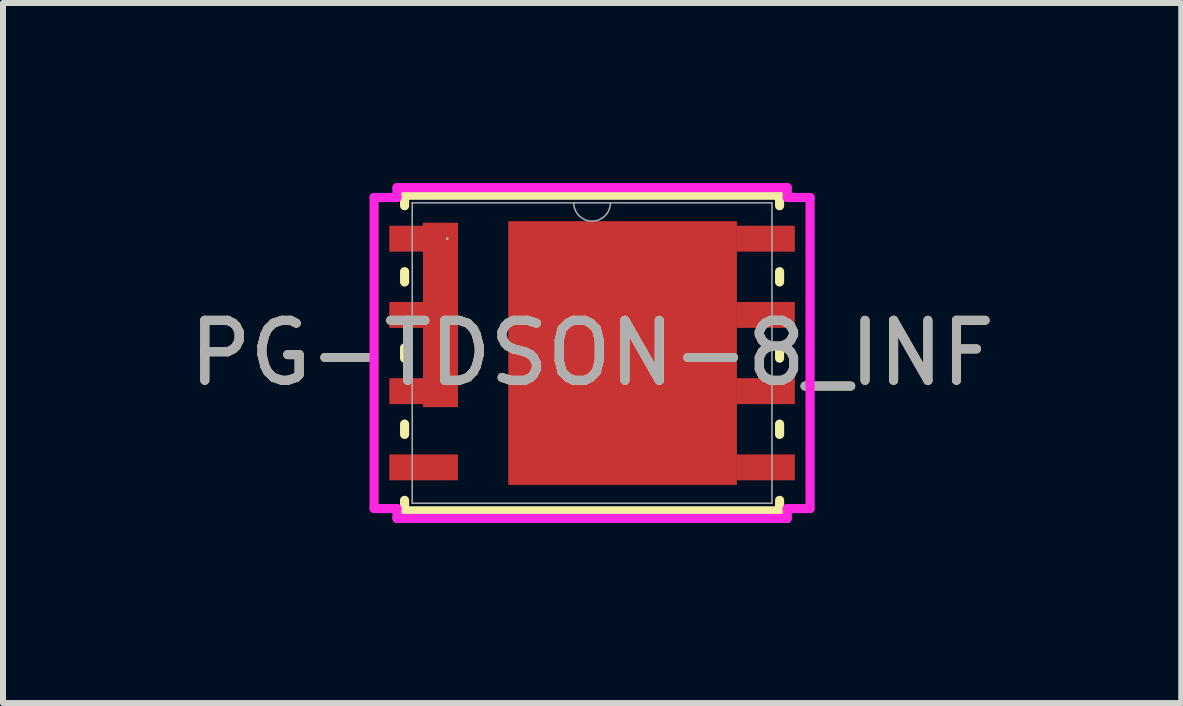
<source format=kicad_pcb>
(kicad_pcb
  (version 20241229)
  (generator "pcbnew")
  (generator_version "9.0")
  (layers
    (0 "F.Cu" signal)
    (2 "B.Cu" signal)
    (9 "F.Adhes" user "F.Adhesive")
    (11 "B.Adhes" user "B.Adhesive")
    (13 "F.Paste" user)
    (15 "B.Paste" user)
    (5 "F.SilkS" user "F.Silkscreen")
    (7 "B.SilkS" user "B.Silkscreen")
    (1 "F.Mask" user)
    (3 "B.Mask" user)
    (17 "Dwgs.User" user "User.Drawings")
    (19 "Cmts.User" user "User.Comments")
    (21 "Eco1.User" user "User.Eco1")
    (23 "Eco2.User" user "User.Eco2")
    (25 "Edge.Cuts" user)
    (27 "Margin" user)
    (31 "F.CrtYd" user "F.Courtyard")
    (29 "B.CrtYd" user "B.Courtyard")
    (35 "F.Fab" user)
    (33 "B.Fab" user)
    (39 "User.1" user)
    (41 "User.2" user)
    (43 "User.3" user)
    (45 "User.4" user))
  (footprint "PG-TDSON-8_INF"
    (layer "F.Cu")
    (at 6.815 2.832)
    (property "Reference" "PG-TDSON-8_INF" (at 0 0 0) (unlocked yes) (layer "F.SilkS") (effects (font (size 1 1) (thickness 0.15))))
    (attr smd)
    (fp_line (start -3.124 -2.629) (end -3.124 -2.454) (stroke (width 0.152) (type solid)) (layer "F.SilkS"))
    (fp_line (start -3.124 -1.356) (end -3.124 -1.184) (stroke (width 0.152) (type solid)) (layer "F.SilkS"))
    (fp_line (start -3.124 -0.086) (end -3.124 0.086) (stroke (width 0.152) (type solid)) (layer "F.SilkS"))
    (fp_line (start -3.124 1.184) (end -3.124 1.356) (stroke (width 0.152) (type solid)) (layer "F.SilkS"))
    (fp_line (start -3.124 2.454) (end -3.124 2.629) (stroke (width 0.152) (type solid)) (layer "F.SilkS"))
    (fp_line (start -3.124 2.629) (end 3.124 2.629) (stroke (width 0.152) (type solid)) (layer "F.SilkS"))
    (fp_line (start 3.124 -2.629) (end -3.124 -2.629) (stroke (width 0.152) (type solid)) (layer "F.SilkS"))
    (fp_line (start 3.124 -2.454) (end 3.124 -2.629) (stroke (width 0.152) (type solid)) (layer "F.SilkS"))
    (fp_line (start 3.124 -1.184) (end 3.124 -1.356) (stroke (width 0.152) (type solid)) (layer "F.SilkS"))
    (fp_line (start 3.124 0.086) (end 3.124 -0.086) (stroke (width 0.152) (type solid)) (layer "F.SilkS"))
    (fp_line (start 3.124 1.356) (end 3.124 1.184) (stroke (width 0.152) (type solid)) (layer "F.SilkS"))
    (fp_line (start 3.124 2.629) (end 3.124 2.454) (stroke (width 0.152) (type solid)) (layer "F.SilkS"))
    (fp_line (start -3.632 -2.591) (end -3.251 -2.591) (stroke (width 0.152) (type solid)) (layer "F.CrtYd"))
    (fp_line (start -3.632 2.591) (end -3.632 -2.591) (stroke (width 0.152) (type solid)) (layer "F.CrtYd"))
    (fp_line (start -3.632 2.591) (end -3.251 2.591) (stroke (width 0.152) (type solid)) (layer "F.CrtYd"))
    (fp_line (start -3.251 -2.756) (end 3.251 -2.756) (stroke (width 0.152) (type solid)) (layer "F.CrtYd"))
    (fp_line (start -3.251 -2.591) (end -3.251 -2.756) (stroke (width 0.152) (type solid)) (layer "F.CrtYd"))
    (fp_line (start -3.251 2.756) (end -3.251 2.591) (stroke (width 0.152) (type solid)) (layer "F.CrtYd"))
    (fp_line (start 3.251 -2.756) (end 3.251 -2.591) (stroke (width 0.152) (type solid)) (layer "F.CrtYd"))
    (fp_line (start 3.251 2.591) (end 3.251 2.756) (stroke (width 0.152) (type solid)) (layer "F.CrtYd"))
    (fp_line (start 3.251 2.756) (end -3.251 2.756) (stroke (width 0.152) (type solid)) (layer "F.CrtYd"))
    (fp_line (start 3.632 -2.591) (end 3.251 -2.591) (stroke (width 0.152) (type solid)) (layer "F.CrtYd"))
    (fp_line (start 3.632 -2.591) (end 3.632 2.591) (stroke (width 0.152) (type solid)) (layer "F.CrtYd"))
    (fp_line (start 3.632 2.591) (end 3.251 2.591) (stroke (width 0.152) (type solid)) (layer "F.CrtYd"))
    (fp_line (start -2.997 -2.502) (end -2.997 2.502) (stroke (width 0.025) (type solid)) (layer "F.Fab"))
    (fp_line (start -2.997 2.502) (end 2.997 2.502) (stroke (width 0.025) (type solid)) (layer "F.Fab"))
    (fp_line (start 2.997 -2.502) (end -2.997 -2.502) (stroke (width 0.025) (type solid)) (layer "F.Fab"))
    (fp_line (start 2.997 2.502) (end 2.997 -2.502) (stroke (width 0.025) (type solid)) (layer "F.Fab"))
    (fp_arc (start 0.3048 -2.5019) (mid 0 -2.1971) (end -0.3048 -2.5019) (stroke (width 0.0254) (type solid)) (layer "F.Fab"))
    (fp_circle (center -2.413 -1.905) (end -2.413 -1.905) (stroke (width 0.025) (type solid)) (fill no) (layer "F.Fab"))
    (fp_text user "${REFERENCE}" (at 0 0 0) (unlocked yes) (layer "F.Fab") (effects (font (size 1 1) (thickness 0.15))))
    (pad "1" smd rect (at 0.508 0.000002) (size 3.81 4.394) (layers "F.Cu" "F.Mask" "F.Paste"))
    (pad "1" smd rect (at 2.896 -1.905) (size 0.965 0.432) (layers "F.Cu" "F.Mask" "F.Paste"))
    (pad "1" smd rect (at 2.896 -0.635) (size 0.965 0.432) (layers "F.Cu" "F.Mask" "F.Paste"))
    (pad "1" smd rect (at 2.896 0.635) (size 0.965 0.432) (layers "F.Cu" "F.Mask" "F.Paste"))
    (pad "1" smd rect (at 2.896 1.905) (size 0.965 0.432) (layers "F.Cu" "F.Mask" "F.Paste"))
    (pad "2" smd rect (at -2.807 1.905) (size 1.143 0.432) (layers "F.Cu" "F.Mask" "F.Paste"))
    (pad "3" smd rect (at -2.807 -1.905) (size 1.143 0.432) (layers "F.Cu" "F.Mask" "F.Paste"))
    (pad "3" smd rect (at -2.807 -0.635) (size 1.143 0.432) (layers "F.Cu" "F.Mask" "F.Paste"))
    (pad "3" smd rect (at -2.807 0.635) (size 1.143 0.432) (layers "F.Cu" "F.Mask" "F.Paste"))
    (pad "3" smd rect (at -2.527 -0.635 90) (size 3.073 0.584) (layers "F.Cu" "F.Mask" "F.Paste")))
  (gr_rect
    (start -3 -3)
    (end 16.631 8.664)
    (stroke (width 0.1) (type default))
    (fill no)
    (layer "Edge.Cuts")))
</source>
